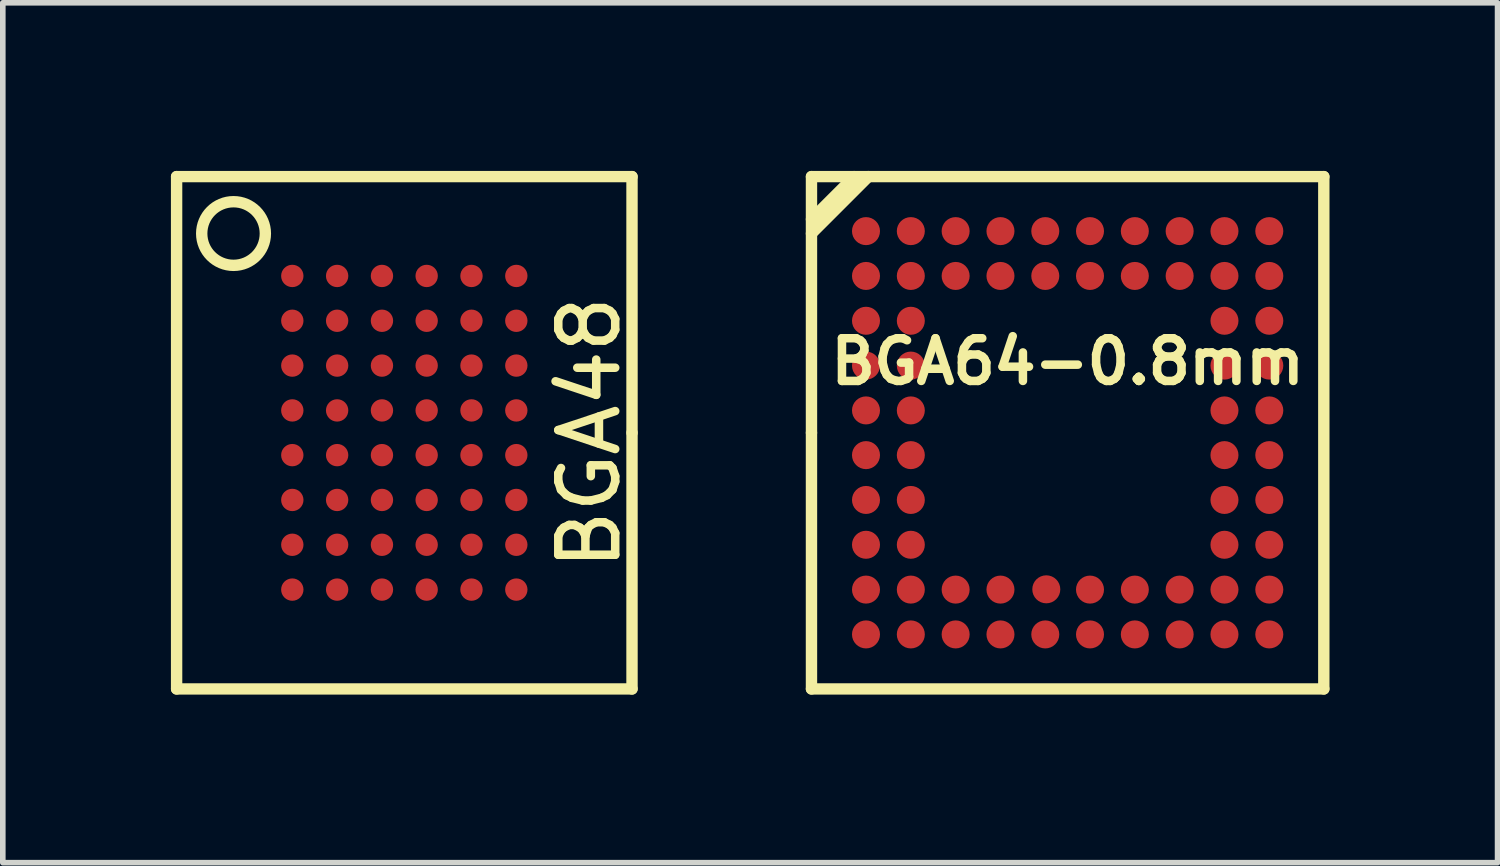
<source format=kicad_pcb>
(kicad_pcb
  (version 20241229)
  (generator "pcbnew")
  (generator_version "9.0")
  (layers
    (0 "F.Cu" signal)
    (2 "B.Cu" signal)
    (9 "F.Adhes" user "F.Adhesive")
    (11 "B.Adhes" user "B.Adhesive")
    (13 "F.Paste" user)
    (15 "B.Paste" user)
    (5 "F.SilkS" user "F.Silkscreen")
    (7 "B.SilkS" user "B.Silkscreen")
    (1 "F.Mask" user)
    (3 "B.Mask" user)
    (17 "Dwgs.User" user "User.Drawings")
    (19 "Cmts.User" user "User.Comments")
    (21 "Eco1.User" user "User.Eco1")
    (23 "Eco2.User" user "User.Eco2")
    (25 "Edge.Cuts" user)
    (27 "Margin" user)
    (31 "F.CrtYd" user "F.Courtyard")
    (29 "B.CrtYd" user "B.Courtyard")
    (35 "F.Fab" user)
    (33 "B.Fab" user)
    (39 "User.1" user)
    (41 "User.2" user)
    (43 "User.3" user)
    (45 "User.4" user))
  (footprint "BGA64-0.8mm"
    (layer "F.Cu")
    (at 16.005 4.674)
    (property "Reference" "BGA64-0.8mm" (at 0 -1.27 0) (layer "F.SilkS") (effects (font (size 0.762 0.762) (thickness 0.152))))
    (attr smd)
    (fp_line (start -4.572 -4.572) (end 4.572 -4.572) (stroke (width 0.203) (type solid)) (layer "F.SilkS"))
    (fp_line (start -4.572 -3.81) (end -3.81 -4.572) (stroke (width 0.203) (type solid)) (layer "F.SilkS"))
    (fp_line (start -4.572 -3.556) (end -3.556 -4.572) (stroke (width 0.203) (type solid)) (layer "F.SilkS"))
    (fp_line (start -4.572 0) (end -4.572 -4.572) (stroke (width 0.203) (type solid)) (layer "F.SilkS"))
    (fp_line (start -4.572 4.572) (end -4.572 0) (stroke (width 0.203) (type solid)) (layer "F.SilkS"))
    (fp_line (start 4.572 -4.572) (end 4.572 4.572) (stroke (width 0.203) (type solid)) (layer "F.SilkS"))
    (fp_line (start 4.572 4.572) (end -4.572 4.572) (stroke (width 0.203) (type solid)) (layer "F.SilkS"))
    (pad "A1" smd circle (at -3.599 -3.599) (size 0.5 0.5) (layers "F.Cu" "F.Mask" "F.Paste"))
    (pad "A2" smd circle (at -2.799 -3.599) (size 0.5 0.5) (layers "F.Cu" "F.Mask" "F.Paste"))
    (pad "A3" smd circle (at -1.999 -3.599) (size 0.5 0.5) (layers "F.Cu" "F.Mask" "F.Paste"))
    (pad "A4" smd circle (at -1.199 -3.599) (size 0.5 0.5) (layers "F.Cu" "F.Mask" "F.Paste"))
    (pad "A5" smd circle (at -0.399 -3.599) (size 0.5 0.5) (layers "F.Cu" "F.Mask" "F.Paste"))
    (pad "A6" smd circle (at 0.399 -3.599) (size 0.5 0.5) (layers "F.Cu" "F.Mask" "F.Paste"))
    (pad "A7" smd circle (at 1.199 -3.599) (size 0.5 0.5) (layers "F.Cu" "F.Mask" "F.Paste"))
    (pad "A8" smd circle (at 1.999 -3.599) (size 0.5 0.5) (layers "F.Cu" "F.Mask" "F.Paste"))
    (pad "A9" smd circle (at 2.799 -3.599) (size 0.5 0.5) (layers "F.Cu" "F.Mask" "F.Paste"))
    (pad "A10" smd circle (at 3.599 -3.599) (size 0.5 0.5) (layers "F.Cu" "F.Mask" "F.Paste"))
    (pad "B1" smd circle (at -3.599 -2.799) (size 0.5 0.5) (layers "F.Cu" "F.Mask" "F.Paste"))
    (pad "B2" smd circle (at -2.799 -2.799) (size 0.5 0.5) (layers "F.Cu" "F.Mask" "F.Paste"))
    (pad "B3" smd circle (at -1.999 -2.799) (size 0.5 0.5) (layers "F.Cu" "F.Mask" "F.Paste"))
    (pad "B4" smd circle (at -1.199 -2.799) (size 0.5 0.5) (layers "F.Cu" "F.Mask" "F.Paste"))
    (pad "B5" smd circle (at -0.399 -2.799) (size 0.5 0.5) (layers "F.Cu" "F.Mask" "F.Paste"))
    (pad "B6" smd circle (at 0.399 -2.799) (size 0.5 0.5) (layers "F.Cu" "F.Mask" "F.Paste"))
    (pad "B7" smd circle (at 1.199 -2.799) (size 0.5 0.5) (layers "F.Cu" "F.Mask" "F.Paste"))
    (pad "B8" smd circle (at 1.999 -2.799) (size 0.5 0.5) (layers "F.Cu" "F.Mask" "F.Paste"))
    (pad "B9" smd circle (at 2.799 -2.799) (size 0.5 0.5) (layers "F.Cu" "F.Mask" "F.Paste"))
    (pad "B10" smd circle (at 3.599 -2.799) (size 0.5 0.5) (layers "F.Cu" "F.Mask" "F.Paste"))
    (pad "C1" smd circle (at -3.599 -1.999) (size 0.5 0.5) (layers "F.Cu" "F.Mask" "F.Paste"))
    (pad "C2" smd circle (at -2.799 -1.999) (size 0.5 0.5) (layers "F.Cu" "F.Mask" "F.Paste"))
    (pad "C9" smd circle (at 2.799 -1.999) (size 0.5 0.5) (layers "F.Cu" "F.Mask" "F.Paste"))
    (pad "C10" smd circle (at 3.599 -1.999) (size 0.5 0.5) (layers "F.Cu" "F.Mask" "F.Paste"))
    (pad "D1" smd circle (at -3.599 -1.199) (size 0.5 0.5) (layers "F.Cu" "F.Mask" "F.Paste"))
    (pad "D2" smd circle (at -2.799 -1.199) (size 0.5 0.5) (layers "F.Cu" "F.Mask" "F.Paste"))
    (pad "D9" smd circle (at 2.799 -1.199) (size 0.5 0.5) (layers "F.Cu" "F.Mask" "F.Paste"))
    (pad "D10" smd circle (at 3.599 -1.199) (size 0.5 0.5) (layers "F.Cu" "F.Mask" "F.Paste"))
    (pad "E1" smd circle (at -3.599 -0.399) (size 0.5 0.5) (layers "F.Cu" "F.Mask" "F.Paste"))
    (pad "E2" smd circle (at -2.799 -0.399) (size 0.5 0.5) (layers "F.Cu" "F.Mask" "F.Paste"))
    (pad "E9" smd circle (at 2.799 -0.399) (size 0.5 0.5) (layers "F.Cu" "F.Mask" "F.Paste"))
    (pad "E10" smd circle (at 3.599 -0.399) (size 0.5 0.5) (layers "F.Cu" "F.Mask" "F.Paste"))
    (pad "F1" smd circle (at -3.599 0.399) (size 0.5 0.5) (layers "F.Cu" "F.Mask" "F.Paste"))
    (pad "F2" smd circle (at -2.799 0.399) (size 0.5 0.5) (layers "F.Cu" "F.Mask" "F.Paste"))
    (pad "F9" smd circle (at 2.799 0.399) (size 0.5 0.5) (layers "F.Cu" "F.Mask" "F.Paste"))
    (pad "F10" smd circle (at 3.599 0.399) (size 0.5 0.5) (layers "F.Cu" "F.Mask" "F.Paste"))
    (pad "G1" smd circle (at -3.599 1.199) (size 0.5 0.5) (layers "F.Cu" "F.Mask" "F.Paste"))
    (pad "G2" smd circle (at -2.799 1.199) (size 0.5 0.5) (layers "F.Cu" "F.Mask" "F.Paste"))
    (pad "G9" smd circle (at 2.799 1.199) (size 0.5 0.5) (layers "F.Cu" "F.Mask" "F.Paste"))
    (pad "G10" smd circle (at 3.599 1.199) (size 0.5 0.5) (layers "F.Cu" "F.Mask" "F.Paste"))
    (pad "H1" smd circle (at -3.599 1.999) (size 0.5 0.5) (layers "F.Cu" "F.Mask" "F.Paste"))
    (pad "H2" smd circle (at -2.799 1.999) (size 0.5 0.5) (layers "F.Cu" "F.Mask" "F.Paste"))
    (pad "H9" smd circle (at 2.799 1.999) (size 0.5 0.5) (layers "F.Cu" "F.Mask" "F.Paste"))
    (pad "H10" smd circle (at 3.599 1.999) (size 0.5 0.5) (layers "F.Cu" "F.Mask" "F.Paste"))
    (pad "J1" smd circle (at -3.599 2.799) (size 0.5 0.5) (layers "F.Cu" "F.Mask" "F.Paste"))
    (pad "J2" smd circle (at -2.799 2.799) (size 0.5 0.5) (layers "F.Cu" "F.Mask" "F.Paste"))
    (pad "J3" smd circle (at -1.999 2.799) (size 0.5 0.5) (layers "F.Cu" "F.Mask" "F.Paste"))
    (pad "J4" smd circle (at -1.199 2.799) (size 0.5 0.5) (layers "F.Cu" "F.Mask" "F.Paste"))
    (pad "J5" smd circle (at -0.381 2.794) (size 0.5 0.5) (layers "F.Cu" "F.Mask" "F.Paste"))
    (pad "J6" smd circle (at 0.399 2.799) (size 0.5 0.5) (layers "F.Cu" "F.Mask" "F.Paste"))
    (pad "J7" smd circle (at 1.199 2.799) (size 0.5 0.5) (layers "F.Cu" "F.Mask" "F.Paste"))
    (pad "J8" smd circle (at 1.999 2.799) (size 0.5 0.5) (layers "F.Cu" "F.Mask" "F.Paste"))
    (pad "J9" smd circle (at 2.799 2.799) (size 0.5 0.5) (layers "F.Cu" "F.Mask" "F.Paste"))
    (pad "J10" smd circle (at 3.599 2.799) (size 0.5 0.5) (layers "F.Cu" "F.Mask" "F.Paste"))
    (pad "K1" smd circle (at -3.599 3.599) (size 0.5 0.5) (layers "F.Cu" "F.Mask" "F.Paste"))
    (pad "K2" smd circle (at -2.799 3.599) (size 0.5 0.5) (layers "F.Cu" "F.Mask" "F.Paste"))
    (pad "K3" smd circle (at -1.999 3.599) (size 0.5 0.5) (layers "F.Cu" "F.Mask" "F.Paste"))
    (pad "K4" smd circle (at -1.199 3.599) (size 0.5 0.5) (layers "F.Cu" "F.Mask" "F.Paste"))
    (pad "K5" smd circle (at -0.399 3.599) (size 0.5 0.5) (layers "F.Cu" "F.Mask" "F.Paste"))
    (pad "K6" smd circle (at 0.399 3.599) (size 0.5 0.5) (layers "F.Cu" "F.Mask" "F.Paste"))
    (pad "K7" smd circle (at 1.199 3.599) (size 0.5 0.5) (layers "F.Cu" "F.Mask" "F.Paste"))
    (pad "K8" smd circle (at 1.999 3.599) (size 0.5 0.5) (layers "F.Cu" "F.Mask" "F.Paste"))
    (pad "K9" smd circle (at 2.799 3.599) (size 0.5 0.5) (layers "F.Cu" "F.Mask" "F.Paste"))
    (pad "K10" smd circle (at 3.599 3.599) (size 0.5 0.5) (layers "F.Cu" "F.Mask" "F.Paste")))
  (footprint "BGA48"
    (layer "F.Cu")
    (at 4.166 4.674)
    (property "Reference" "BGA48" (at 3.302 0 90) (layer "F.SilkS") (effects (font (size 1.016 1.016) (thickness 0.152))))
    (attr smd)
    (fp_line (start -4.064 -4.572) (end 4.064 -4.572) (stroke (width 0.203) (type solid)) (layer "F.SilkS"))
    (fp_line (start -4.064 4.572) (end -4.064 -4.572) (stroke (width 0.203) (type solid)) (layer "F.SilkS"))
    (fp_line (start 4.064 -4.572) (end 4.064 0) (stroke (width 0.203) (type solid)) (layer "F.SilkS"))
    (fp_line (start 4.064 0) (end 4.064 4.572) (stroke (width 0.203) (type solid)) (layer "F.SilkS"))
    (fp_line (start 4.064 4.572) (end -4.064 4.572) (stroke (width 0.203) (type solid)) (layer "F.SilkS"))
    (fp_circle (center -3.048 -3.556) (end -3.302 -4.064) (stroke (width 0.203) (type solid)) (fill no) (layer "F.SilkS"))
    (pad "A1" smd circle (at -1.999 -2.799) (size 0.399 0.399) (layers "F.Cu" "F.Mask" "F.Paste"))
    (pad "A2" smd circle (at -1.199 -2.799) (size 0.399 0.399) (layers "F.Cu" "F.Mask" "F.Paste"))
    (pad "A3" smd circle (at -0.399 -2.799) (size 0.399 0.399) (layers "F.Cu" "F.Mask" "F.Paste"))
    (pad "A4" smd circle (at 0.399 -2.799) (size 0.399 0.399) (layers "F.Cu" "F.Mask" "F.Paste"))
    (pad "A5" smd circle (at 1.199 -2.799) (size 0.399 0.399) (layers "F.Cu" "F.Mask" "F.Paste"))
    (pad "A6" smd circle (at 1.999 -2.799) (size 0.399 0.399) (layers "F.Cu" "F.Mask" "F.Paste"))
    (pad "B1" smd circle (at -1.999 -1.999) (size 0.399 0.399) (layers "F.Cu" "F.Mask" "F.Paste"))
    (pad "B2" smd circle (at -1.199 -1.999) (size 0.399 0.399) (layers "F.Cu" "F.Mask" "F.Paste"))
    (pad "B3" smd circle (at -0.399 -1.999) (size 0.399 0.399) (layers "F.Cu" "F.Mask" "F.Paste"))
    (pad "B4" smd circle (at 0.399 -1.999) (size 0.399 0.399) (layers "F.Cu" "F.Mask" "F.Paste"))
    (pad "B5" smd circle (at 1.199 -1.999) (size 0.399 0.399) (layers "F.Cu" "F.Mask" "F.Paste"))
    (pad "B6" smd circle (at 1.999 -1.999) (size 0.399 0.399) (layers "F.Cu" "F.Mask" "F.Paste"))
    (pad "C1" smd circle (at -1.999 -1.199) (size 0.399 0.399) (layers "F.Cu" "F.Mask" "F.Paste"))
    (pad "C2" smd circle (at -1.199 -1.199) (size 0.399 0.399) (layers "F.Cu" "F.Mask" "F.Paste"))
    (pad "C3" smd circle (at -0.399 -1.199) (size 0.399 0.399) (layers "F.Cu" "F.Mask" "F.Paste"))
    (pad "C4" smd circle (at 0.399 -1.199) (size 0.399 0.399) (layers "F.Cu" "F.Mask" "F.Paste"))
    (pad "C5" smd circle (at 1.199 -1.199) (size 0.399 0.399) (layers "F.Cu" "F.Mask" "F.Paste"))
    (pad "C6" smd circle (at 1.999 -1.199) (size 0.399 0.399) (layers "F.Cu" "F.Mask" "F.Paste"))
    (pad "D1" smd circle (at -1.999 -0.399) (size 0.399 0.399) (layers "F.Cu" "F.Mask" "F.Paste"))
    (pad "D2" smd circle (at -1.199 -0.399) (size 0.399 0.399) (layers "F.Cu" "F.Mask" "F.Paste"))
    (pad "D3" smd circle (at -0.399 -0.399) (size 0.399 0.399) (layers "F.Cu" "F.Mask" "F.Paste"))
    (pad "D4" smd circle (at 0.399 -0.399) (size 0.399 0.399) (layers "F.Cu" "F.Mask" "F.Paste"))
    (pad "D5" smd circle (at 1.199 -0.399) (size 0.399 0.399) (layers "F.Cu" "F.Mask" "F.Paste"))
    (pad "D6" smd circle (at 1.999 -0.399) (size 0.399 0.399) (layers "F.Cu" "F.Mask" "F.Paste"))
    (pad "E1" smd circle (at -1.999 0.399) (size 0.399 0.399) (layers "F.Cu" "F.Mask" "F.Paste"))
    (pad "E2" smd circle (at -1.199 0.399) (size 0.399 0.399) (layers "F.Cu" "F.Mask" "F.Paste"))
    (pad "E3" smd circle (at -0.399 0.399) (size 0.399 0.399) (layers "F.Cu" "F.Mask" "F.Paste"))
    (pad "E4" smd circle (at 0.399 0.399) (size 0.399 0.399) (layers "F.Cu" "F.Mask" "F.Paste"))
    (pad "E5" smd circle (at 1.199 0.399) (size 0.399 0.399) (layers "F.Cu" "F.Mask" "F.Paste"))
    (pad "E6" smd circle (at 1.999 0.399) (size 0.399 0.399) (layers "F.Cu" "F.Mask" "F.Paste"))
    (pad "F1" smd circle (at -1.999 1.199) (size 0.399 0.399) (layers "F.Cu" "F.Mask" "F.Paste"))
    (pad "F2" smd circle (at -1.199 1.199) (size 0.399 0.399) (layers "F.Cu" "F.Mask" "F.Paste"))
    (pad "F3" smd circle (at -0.399 1.199) (size 0.399 0.399) (layers "F.Cu" "F.Mask" "F.Paste"))
    (pad "F4" smd circle (at 0.399 1.199) (size 0.399 0.399) (layers "F.Cu" "F.Mask" "F.Paste"))
    (pad "F5" smd circle (at 1.199 1.199) (size 0.399 0.399) (layers "F.Cu" "F.Mask" "F.Paste"))
    (pad "F6" smd circle (at 1.999 1.199) (size 0.399 0.399) (layers "F.Cu" "F.Mask" "F.Paste"))
    (pad "G1" smd circle (at -1.999 1.999) (size 0.399 0.399) (layers "F.Cu" "F.Mask" "F.Paste"))
    (pad "G2" smd circle (at -1.199 1.999) (size 0.399 0.399) (layers "F.Cu" "F.Mask" "F.Paste"))
    (pad "G3" smd circle (at -0.399 1.999) (size 0.399 0.399) (layers "F.Cu" "F.Mask" "F.Paste"))
    (pad "G4" smd circle (at 0.399 1.999) (size 0.399 0.399) (layers "F.Cu" "F.Mask" "F.Paste"))
    (pad "G5" smd circle (at 1.199 1.999) (size 0.399 0.399) (layers "F.Cu" "F.Mask" "F.Paste"))
    (pad "G6" smd circle (at 1.999 1.999) (size 0.399 0.399) (layers "F.Cu" "F.Mask" "F.Paste"))
    (pad "H1" smd circle (at -1.999 2.799) (size 0.399 0.399) (layers "F.Cu" "F.Mask" "F.Paste"))
    (pad "H2" smd circle (at -1.199 2.799) (size 0.399 0.399) (layers "F.Cu" "F.Mask" "F.Paste"))
    (pad "H3" smd circle (at -0.399 2.799) (size 0.399 0.399) (layers "F.Cu" "F.Mask" "F.Paste"))
    (pad "H4" smd circle (at 0.399 2.799) (size 0.399 0.399) (layers "F.Cu" "F.Mask" "F.Paste"))
    (pad "H5" smd circle (at 1.199 2.799) (size 0.399 0.399) (layers "F.Cu" "F.Mask" "F.Paste"))
    (pad "H6" smd circle (at 1.999 2.799) (size 0.399 0.399) (layers "F.Cu" "F.Mask" "F.Paste")))
  (gr_rect
    (start -3 -3)
    (end 23.678 12.347)
    (stroke (width 0.1) (type default))
    (fill no)
    (layer "Edge.Cuts")))
</source>
